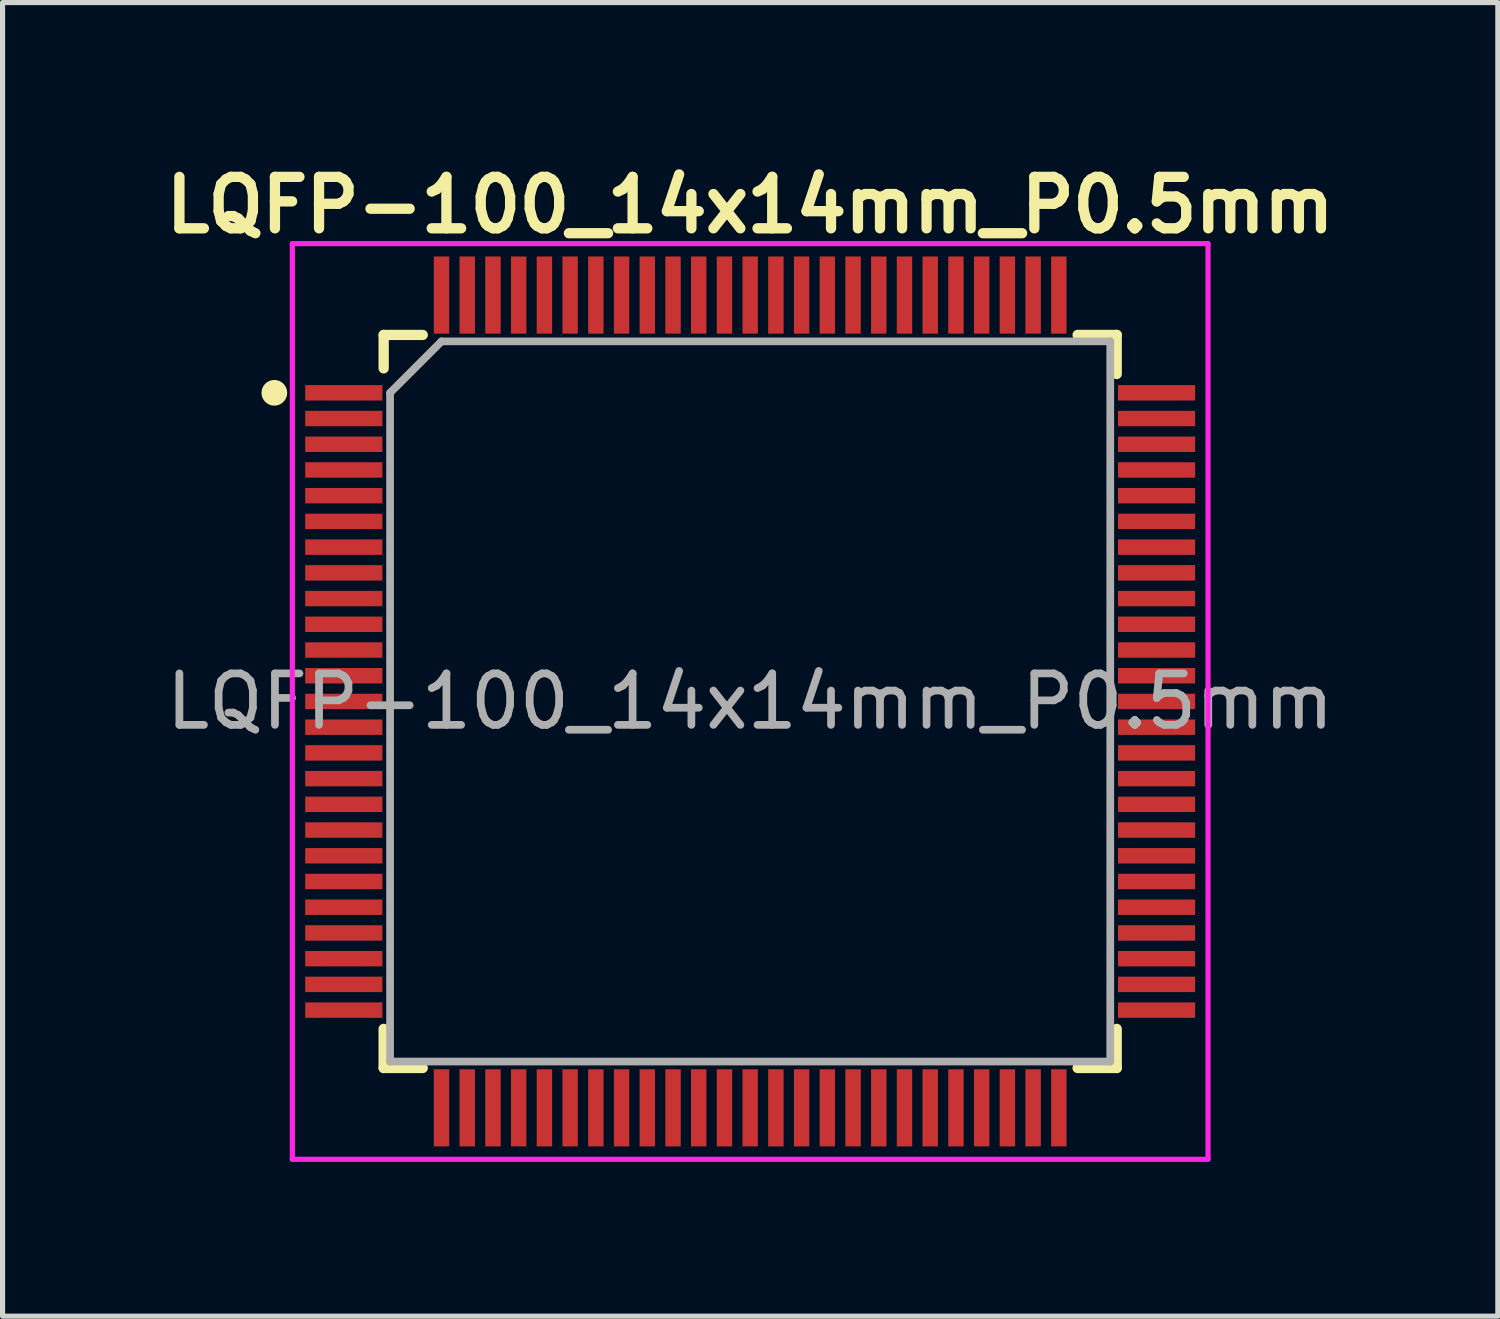
<source format=kicad_pcb>
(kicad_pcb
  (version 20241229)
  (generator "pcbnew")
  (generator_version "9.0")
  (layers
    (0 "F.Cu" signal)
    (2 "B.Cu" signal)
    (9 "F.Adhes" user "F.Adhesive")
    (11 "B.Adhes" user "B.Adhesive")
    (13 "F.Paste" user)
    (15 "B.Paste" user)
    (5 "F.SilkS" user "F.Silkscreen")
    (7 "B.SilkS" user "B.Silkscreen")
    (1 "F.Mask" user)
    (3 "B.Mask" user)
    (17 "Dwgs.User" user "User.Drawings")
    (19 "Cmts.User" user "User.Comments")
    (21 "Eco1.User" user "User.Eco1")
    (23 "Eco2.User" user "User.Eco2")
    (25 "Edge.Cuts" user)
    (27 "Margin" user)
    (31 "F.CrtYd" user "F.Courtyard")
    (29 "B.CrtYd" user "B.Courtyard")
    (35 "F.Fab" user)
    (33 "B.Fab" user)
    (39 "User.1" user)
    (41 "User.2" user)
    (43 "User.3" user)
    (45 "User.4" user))
  (footprint "LQFP-100_14x14mm_P0.5mm"
    (layer "F.Cu")
    (at 11.533 10.586)
    (property "Reference" "LQFP-100_14x14mm_P0.5mm" (at 0 -9.65 0) (layer "F.SilkS") (effects (font (size 1 1) (thickness 0.2))))
    (attr smd)
    (fp_line (start -7.125 -7.125) (end -7.125 -6.475) (stroke (width 0.2) (type solid)) (layer "F.SilkS"))
    (fp_line (start -7.125 -7.125) (end -6.365 -7.125) (stroke (width 0.2) (type solid)) (layer "F.SilkS"))
    (fp_line (start -7.125 7.125) (end -7.125 6.365) (stroke (width 0.2) (type solid)) (layer "F.SilkS"))
    (fp_line (start -7.125 7.125) (end -6.365 7.125) (stroke (width 0.2) (type solid)) (layer "F.SilkS"))
    (fp_line (start 7.125 -7.125) (end 6.365 -7.125) (stroke (width 0.2) (type solid)) (layer "F.SilkS"))
    (fp_line (start 7.125 -7.125) (end 7.125 -6.365) (stroke (width 0.2) (type solid)) (layer "F.SilkS"))
    (fp_line (start 7.125 7.125) (end 6.365 7.125) (stroke (width 0.2) (type solid)) (layer "F.SilkS"))
    (fp_line (start 7.125 7.125) (end 7.125 6.365) (stroke (width 0.2) (type solid)) (layer "F.SilkS"))
    (fp_circle (center -9.25 -6) (end -9.125 -6) (stroke (width 0.25) (type solid)) (fill no) (layer "F.SilkS"))
    (fp_line (start -8.9 -8.9) (end -8.9 8.9) (stroke (width 0.1) (type solid)) (layer "F.CrtYd"))
    (fp_line (start -8.9 -8.9) (end 8.9 -8.9) (stroke (width 0.1) (type solid)) (layer "F.CrtYd"))
    (fp_line (start -8.9 8.9) (end 8.9 8.9) (stroke (width 0.1) (type solid)) (layer "F.CrtYd"))
    (fp_line (start 8.9 -8.9) (end 8.9 8.9) (stroke (width 0.1) (type solid)) (layer "F.CrtYd"))
    (fp_line (start -7 -6) (end -6 -7) (stroke (width 0.15) (type solid)) (layer "F.Fab"))
    (fp_line (start -7 7) (end -7 -6) (stroke (width 0.15) (type solid)) (layer "F.Fab"))
    (fp_line (start -6 -7) (end 7 -7) (stroke (width 0.15) (type solid)) (layer "F.Fab"))
    (fp_line (start 7 -7) (end 7 7) (stroke (width 0.15) (type solid)) (layer "F.Fab"))
    (fp_line (start 7 7) (end -7 7) (stroke (width 0.15) (type solid)) (layer "F.Fab"))
    (fp_text user "${REFERENCE}" (at 0 0 0) (layer "F.Fab") (effects (font (size 1 1) (thickness 0.15))))
    (pad "1" smd rect (at -7.9 -6) (size 1.5 0.3) (layers "F.Cu" "F.Mask" "F.Paste"))
    (pad "2" smd rect (at -7.9 -5.5) (size 1.5 0.3) (layers "F.Cu" "F.Mask" "F.Paste"))
    (pad "3" smd rect (at -7.9 -5) (size 1.5 0.3) (layers "F.Cu" "F.Mask" "F.Paste"))
    (pad "4" smd rect (at -7.9 -4.5) (size 1.5 0.3) (layers "F.Cu" "F.Mask" "F.Paste"))
    (pad "5" smd rect (at -7.9 -4) (size 1.5 0.3) (layers "F.Cu" "F.Mask" "F.Paste"))
    (pad "6" smd rect (at -7.9 -3.5) (size 1.5 0.3) (layers "F.Cu" "F.Mask" "F.Paste"))
    (pad "7" smd rect (at -7.9 -3) (size 1.5 0.3) (layers "F.Cu" "F.Mask" "F.Paste"))
    (pad "8" smd rect (at -7.9 -2.5) (size 1.5 0.3) (layers "F.Cu" "F.Mask" "F.Paste"))
    (pad "9" smd rect (at -7.9 -2) (size 1.5 0.3) (layers "F.Cu" "F.Mask" "F.Paste"))
    (pad "10" smd rect (at -7.9 -1.5) (size 1.5 0.3) (layers "F.Cu" "F.Mask" "F.Paste"))
    (pad "11" smd rect (at -7.9 -1) (size 1.5 0.3) (layers "F.Cu" "F.Mask" "F.Paste"))
    (pad "12" smd rect (at -7.9 -0.5) (size 1.5 0.3) (layers "F.Cu" "F.Mask" "F.Paste"))
    (pad "13" smd rect (at -7.9 0) (size 1.5 0.3) (layers "F.Cu" "F.Mask" "F.Paste"))
    (pad "14" smd rect (at -7.9 0.5) (size 1.5 0.3) (layers "F.Cu" "F.Mask" "F.Paste"))
    (pad "15" smd rect (at -7.9 1) (size 1.5 0.3) (layers "F.Cu" "F.Mask" "F.Paste"))
    (pad "16" smd rect (at -7.9 1.5) (size 1.5 0.3) (layers "F.Cu" "F.Mask" "F.Paste"))
    (pad "17" smd rect (at -7.9 2) (size 1.5 0.3) (layers "F.Cu" "F.Mask" "F.Paste"))
    (pad "18" smd rect (at -7.9 2.5) (size 1.5 0.3) (layers "F.Cu" "F.Mask" "F.Paste"))
    (pad "19" smd rect (at -7.9 3) (size 1.5 0.3) (layers "F.Cu" "F.Mask" "F.Paste"))
    (pad "20" smd rect (at -7.9 3.5) (size 1.5 0.3) (layers "F.Cu" "F.Mask" "F.Paste"))
    (pad "21" smd rect (at -7.9 4) (size 1.5 0.3) (layers "F.Cu" "F.Mask" "F.Paste"))
    (pad "22" smd rect (at -7.9 4.5) (size 1.5 0.3) (layers "F.Cu" "F.Mask" "F.Paste"))
    (pad "23" smd rect (at -7.9 5) (size 1.5 0.3) (layers "F.Cu" "F.Mask" "F.Paste"))
    (pad "24" smd rect (at -7.9 5.5) (size 1.5 0.3) (layers "F.Cu" "F.Mask" "F.Paste"))
    (pad "25" smd rect (at -7.9 6) (size 1.5 0.3) (layers "F.Cu" "F.Mask" "F.Paste"))
    (pad "26" smd rect (at -6 7.9 90) (size 1.5 0.3) (layers "F.Cu" "F.Mask" "F.Paste"))
    (pad "27" smd rect (at -5.5 7.9 90) (size 1.5 0.3) (layers "F.Cu" "F.Mask" "F.Paste"))
    (pad "28" smd rect (at -5 7.9 90) (size 1.5 0.3) (layers "F.Cu" "F.Mask" "F.Paste"))
    (pad "29" smd rect (at -4.5 7.9 90) (size 1.5 0.3) (layers "F.Cu" "F.Mask" "F.Paste"))
    (pad "30" smd rect (at -4 7.9 90) (size 1.5 0.3) (layers "F.Cu" "F.Mask" "F.Paste"))
    (pad "31" smd rect (at -3.5 7.9 90) (size 1.5 0.3) (layers "F.Cu" "F.Mask" "F.Paste"))
    (pad "32" smd rect (at -3 7.9 90) (size 1.5 0.3) (layers "F.Cu" "F.Mask" "F.Paste"))
    (pad "33" smd rect (at -2.5 7.9 90) (size 1.5 0.3) (layers "F.Cu" "F.Mask" "F.Paste"))
    (pad "34" smd rect (at -2 7.9 90) (size 1.5 0.3) (layers "F.Cu" "F.Mask" "F.Paste"))
    (pad "35" smd rect (at -1.5 7.9 90) (size 1.5 0.3) (layers "F.Cu" "F.Mask" "F.Paste"))
    (pad "36" smd rect (at -1 7.9 90) (size 1.5 0.3) (layers "F.Cu" "F.Mask" "F.Paste"))
    (pad "37" smd rect (at -0.5 7.9 90) (size 1.5 0.3) (layers "F.Cu" "F.Mask" "F.Paste"))
    (pad "38" smd rect (at 0 7.9 90) (size 1.5 0.3) (layers "F.Cu" "F.Mask" "F.Paste"))
    (pad "39" smd rect (at 0.5 7.9 90) (size 1.5 0.3) (layers "F.Cu" "F.Mask" "F.Paste"))
    (pad "40" smd rect (at 1 7.9 90) (size 1.5 0.3) (layers "F.Cu" "F.Mask" "F.Paste"))
    (pad "41" smd rect (at 1.5 7.9 90) (size 1.5 0.3) (layers "F.Cu" "F.Mask" "F.Paste"))
    (pad "42" smd rect (at 2 7.9 90) (size 1.5 0.3) (layers "F.Cu" "F.Mask" "F.Paste"))
    (pad "43" smd rect (at 2.5 7.9 90) (size 1.5 0.3) (layers "F.Cu" "F.Mask" "F.Paste"))
    (pad "44" smd rect (at 3 7.9 90) (size 1.5 0.3) (layers "F.Cu" "F.Mask" "F.Paste"))
    (pad "45" smd rect (at 3.5 7.9 90) (size 1.5 0.3) (layers "F.Cu" "F.Mask" "F.Paste"))
    (pad "46" smd rect (at 4 7.9 90) (size 1.5 0.3) (layers "F.Cu" "F.Mask" "F.Paste"))
    (pad "47" smd rect (at 4.5 7.9 90) (size 1.5 0.3) (layers "F.Cu" "F.Mask" "F.Paste"))
    (pad "48" smd rect (at 5 7.9 90) (size 1.5 0.3) (layers "F.Cu" "F.Mask" "F.Paste"))
    (pad "49" smd rect (at 5.5 7.9 90) (size 1.5 0.3) (layers "F.Cu" "F.Mask" "F.Paste"))
    (pad "50" smd rect (at 6 7.9 90) (size 1.5 0.3) (layers "F.Cu" "F.Mask" "F.Paste"))
    (pad "51" smd rect (at 7.9 6) (size 1.5 0.3) (layers "F.Cu" "F.Mask" "F.Paste"))
    (pad "52" smd rect (at 7.9 5.5) (size 1.5 0.3) (layers "F.Cu" "F.Mask" "F.Paste"))
    (pad "53" smd rect (at 7.9 5) (size 1.5 0.3) (layers "F.Cu" "F.Mask" "F.Paste"))
    (pad "54" smd rect (at 7.9 4.5) (size 1.5 0.3) (layers "F.Cu" "F.Mask" "F.Paste"))
    (pad "55" smd rect (at 7.9 4) (size 1.5 0.3) (layers "F.Cu" "F.Mask" "F.Paste"))
    (pad "56" smd rect (at 7.9 3.5) (size 1.5 0.3) (layers "F.Cu" "F.Mask" "F.Paste"))
    (pad "57" smd rect (at 7.9 3) (size 1.5 0.3) (layers "F.Cu" "F.Mask" "F.Paste"))
    (pad "58" smd rect (at 7.9 2.5) (size 1.5 0.3) (layers "F.Cu" "F.Mask" "F.Paste"))
    (pad "59" smd rect (at 7.9 2) (size 1.5 0.3) (layers "F.Cu" "F.Mask" "F.Paste"))
    (pad "60" smd rect (at 7.9 1.5) (size 1.5 0.3) (layers "F.Cu" "F.Mask" "F.Paste"))
    (pad "61" smd rect (at 7.9 1) (size 1.5 0.3) (layers "F.Cu" "F.Mask" "F.Paste"))
    (pad "62" smd rect (at 7.9 0.5) (size 1.5 0.3) (layers "F.Cu" "F.Mask" "F.Paste"))
    (pad "63" smd rect (at 7.9 0) (size 1.5 0.3) (layers "F.Cu" "F.Mask" "F.Paste"))
    (pad "64" smd rect (at 7.9 -0.5) (size 1.5 0.3) (layers "F.Cu" "F.Mask" "F.Paste"))
    (pad "65" smd rect (at 7.9 -1) (size 1.5 0.3) (layers "F.Cu" "F.Mask" "F.Paste"))
    (pad "66" smd rect (at 7.9 -1.5) (size 1.5 0.3) (layers "F.Cu" "F.Mask" "F.Paste"))
    (pad "67" smd rect (at 7.9 -2) (size 1.5 0.3) (layers "F.Cu" "F.Mask" "F.Paste"))
    (pad "68" smd rect (at 7.9 -2.5) (size 1.5 0.3) (layers "F.Cu" "F.Mask" "F.Paste"))
    (pad "69" smd rect (at 7.9 -3) (size 1.5 0.3) (layers "F.Cu" "F.Mask" "F.Paste"))
    (pad "70" smd rect (at 7.9 -3.5) (size 1.5 0.3) (layers "F.Cu" "F.Mask" "F.Paste"))
    (pad "71" smd rect (at 7.9 -4) (size 1.5 0.3) (layers "F.Cu" "F.Mask" "F.Paste"))
    (pad "72" smd rect (at 7.9 -4.5) (size 1.5 0.3) (layers "F.Cu" "F.Mask" "F.Paste"))
    (pad "73" smd rect (at 7.9 -5) (size 1.5 0.3) (layers "F.Cu" "F.Mask" "F.Paste"))
    (pad "74" smd rect (at 7.9 -5.5) (size 1.5 0.3) (layers "F.Cu" "F.Mask" "F.Paste"))
    (pad "75" smd rect (at 7.9 -6) (size 1.5 0.3) (layers "F.Cu" "F.Mask" "F.Paste"))
    (pad "76" smd rect (at 6 -7.9 90) (size 1.5 0.3) (layers "F.Cu" "F.Mask" "F.Paste"))
    (pad "77" smd rect (at 5.5 -7.9 90) (size 1.5 0.3) (layers "F.Cu" "F.Mask" "F.Paste"))
    (pad "78" smd rect (at 5 -7.9 90) (size 1.5 0.3) (layers "F.Cu" "F.Mask" "F.Paste"))
    (pad "79" smd rect (at 4.5 -7.9 90) (size 1.5 0.3) (layers "F.Cu" "F.Mask" "F.Paste"))
    (pad "80" smd rect (at 4 -7.9 90) (size 1.5 0.3) (layers "F.Cu" "F.Mask" "F.Paste"))
    (pad "81" smd rect (at 3.5 -7.9 90) (size 1.5 0.3) (layers "F.Cu" "F.Mask" "F.Paste"))
    (pad "82" smd rect (at 3 -7.9 90) (size 1.5 0.3) (layers "F.Cu" "F.Mask" "F.Paste"))
    (pad "83" smd rect (at 2.5 -7.9 90) (size 1.5 0.3) (layers "F.Cu" "F.Mask" "F.Paste"))
    (pad "84" smd rect (at 2 -7.9 90) (size 1.5 0.3) (layers "F.Cu" "F.Mask" "F.Paste"))
    (pad "85" smd rect (at 1.5 -7.9 90) (size 1.5 0.3) (layers "F.Cu" "F.Mask" "F.Paste"))
    (pad "86" smd rect (at 1 -7.9 90) (size 1.5 0.3) (layers "F.Cu" "F.Mask" "F.Paste"))
    (pad "87" smd rect (at 0.5 -7.9 90) (size 1.5 0.3) (layers "F.Cu" "F.Mask" "F.Paste"))
    (pad "88" smd rect (at 0 -7.9 90) (size 1.5 0.3) (layers "F.Cu" "F.Mask" "F.Paste"))
    (pad "89" smd rect (at -0.5 -7.9 90) (size 1.5 0.3) (layers "F.Cu" "F.Mask" "F.Paste"))
    (pad "90" smd rect (at -1 -7.9 90) (size 1.5 0.3) (layers "F.Cu" "F.Mask" "F.Paste"))
    (pad "91" smd rect (at -1.5 -7.9 90) (size 1.5 0.3) (layers "F.Cu" "F.Mask" "F.Paste"))
    (pad "92" smd rect (at -2 -7.9 90) (size 1.5 0.3) (layers "F.Cu" "F.Mask" "F.Paste"))
    (pad "93" smd rect (at -2.5 -7.9 90) (size 1.5 0.3) (layers "F.Cu" "F.Mask" "F.Paste"))
    (pad "94" smd rect (at -3 -7.9 90) (size 1.5 0.3) (layers "F.Cu" "F.Mask" "F.Paste"))
    (pad "95" smd rect (at -3.5 -7.9 90) (size 1.5 0.3) (layers "F.Cu" "F.Mask" "F.Paste"))
    (pad "96" smd rect (at -4 -7.9 90) (size 1.5 0.3) (layers "F.Cu" "F.Mask" "F.Paste"))
    (pad "97" smd rect (at -4.5 -7.9 90) (size 1.5 0.3) (layers "F.Cu" "F.Mask" "F.Paste"))
    (pad "98" smd rect (at -5 -7.9 90) (size 1.5 0.3) (layers "F.Cu" "F.Mask" "F.Paste"))
    (pad "99" smd rect (at -5.5 -7.9 90) (size 1.5 0.3) (layers "F.Cu" "F.Mask" "F.Paste"))
    (pad "100" smd rect (at -6 -7.9 90) (size 1.5 0.3) (layers "F.Cu" "F.Mask" "F.Paste")))
  (gr_rect
    (start -3 -3)
    (end 26.067 22.536)
    (stroke (width 0.1) (type default))
    (fill no)
    (layer "Edge.Cuts")))
</source>
